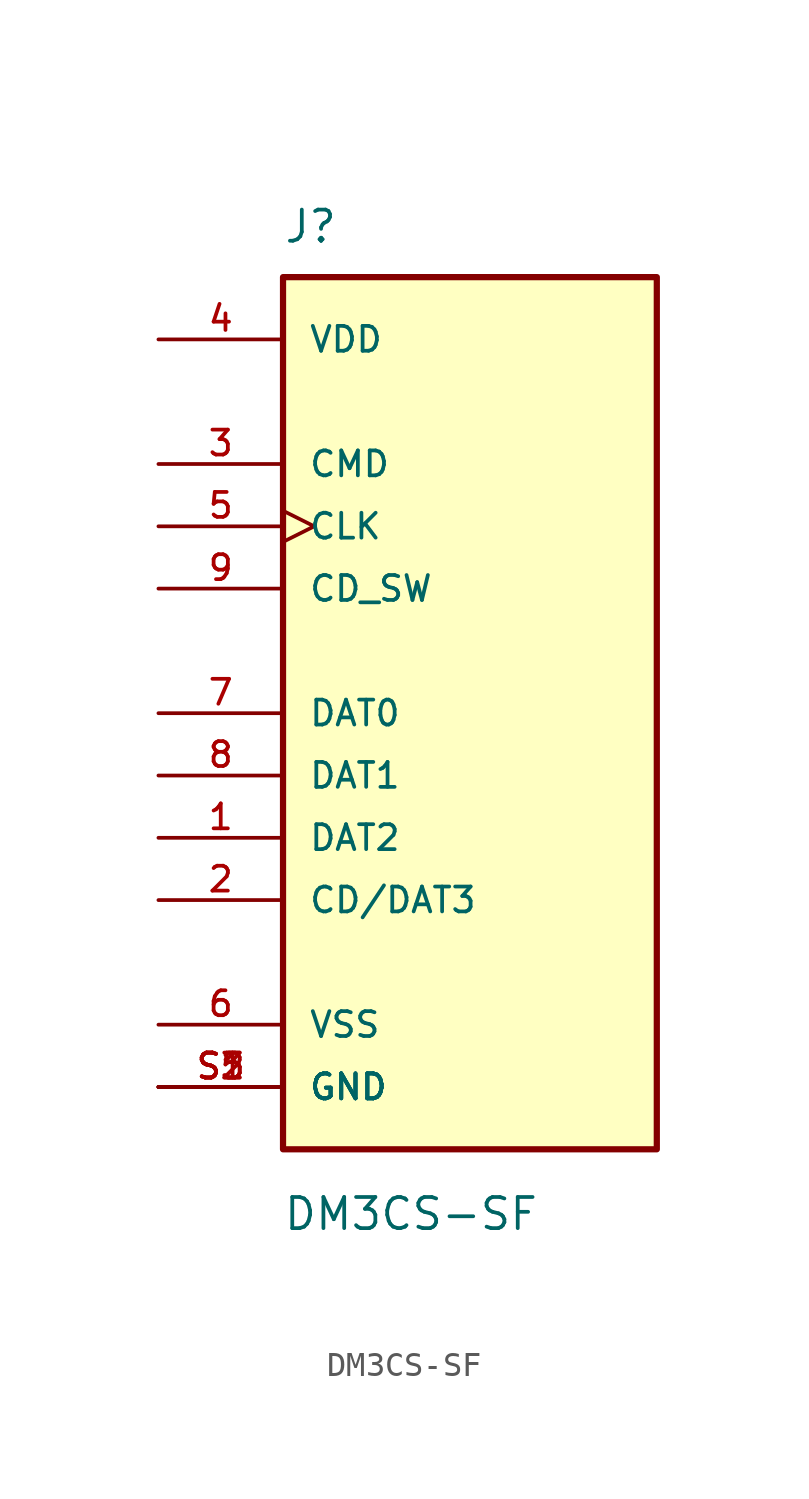
<source format=kicad_sym>
(kicad_symbol_lib
  (version 20211014)
  (generator kicad_symbol_editor)
  (symbol "DM3CS-SF"
    (pin_names
      (offset 1.016))
    (property "Reference" "J"
      (at -7.62 19.101 0)
      (effects (font (size 1.27 1.27)) (justify left bottom)))
    (property "Value" "DM3CS-SF"
      (at -7.645 -21.158 0)
      (effects (font (size 1.27 1.27)) (justify left bottom)))
    (property "ki_locked" ""
      (at 0 0 0)
      (effects (font (size 1.27 1.27))))
    (symbol "DM3CS-SF_0_0"
      (rectangle (start -7.62 -17.78) (end 7.62 17.78) (stroke (width 0.254) (type default) (color 0 0 0 0)) (fill (type background)))
      (pin passive line (at -12.7 -5.08 0) (length 5.08) (name "DAT2" (effects (font (size 1.016 1.016)))) (number "1" (effects (font (size 1.016 1.016)))))
      (pin passive line (at -12.7 -7.62 0) (length 5.08) (name "CD/DAT3" (effects (font (size 1.016 1.016)))) (number "2" (effects (font (size 1.016 1.016)))))
      (pin passive line (at -12.7 10.16 0) (length 5.08) (name "CMD" (effects (font (size 1.016 1.016)))) (number "3" (effects (font (size 1.016 1.016)))))
      (pin passive line (at -12.7 15.24 0) (length 5.08) (name "VDD" (effects (font (size 1.016 1.016)))) (number "4" (effects (font (size 1.016 1.016)))))
      (pin passive clock (at -12.7 7.62 0) (length 5.08) (name "CLK" (effects (font (size 1.016 1.016)))) (number "5" (effects (font (size 1.016 1.016)))))
      (pin passive line (at -12.7 -12.7 0) (length 5.08) (name "VSS" (effects (font (size 1.016 1.016)))) (number "6" (effects (font (size 1.016 1.016)))))
      (pin passive line (at -12.7 0 0) (length 5.08) (name "DAT0" (effects (font (size 1.016 1.016)))) (number "7" (effects (font (size 1.016 1.016)))))
      (pin passive line (at -12.7 -2.54 0) (length 5.08) (name "DAT1" (effects (font (size 1.016 1.016)))) (number "8" (effects (font (size 1.016 1.016)))))
      (pin passive line (at -12.7 5.08 0) (length 5.08) (name "CD_SW" (effects (font (size 1.016 1.016)))) (number "9" (effects (font (size 1.016 1.016)))))
      (pin passive line (at -12.7 -15.24 0) (length 5.08) (name "GND" (effects (font (size 1.016 1.016)))) (number "S1" (effects (font (size 1.016 1.016)))))
      (pin passive line (at -12.7 -15.24 0) (length 5.08) (name "GND" (effects (font (size 1.016 1.016)))) (number "S2" (effects (font (size 1.016 1.016)))))
      (pin passive line (at -12.7 -15.24 0) (length 5.08) (name "GND" (effects (font (size 1.016 1.016)))) (number "S3" (effects (font (size 1.016 1.016)))))
      (pin passive line (at -12.7 -15.24 0) (length 5.08) (name "GND" (effects (font (size 1.016 1.016)))) (number "S5" (effects (font (size 1.016 1.016))))))))
</source>
